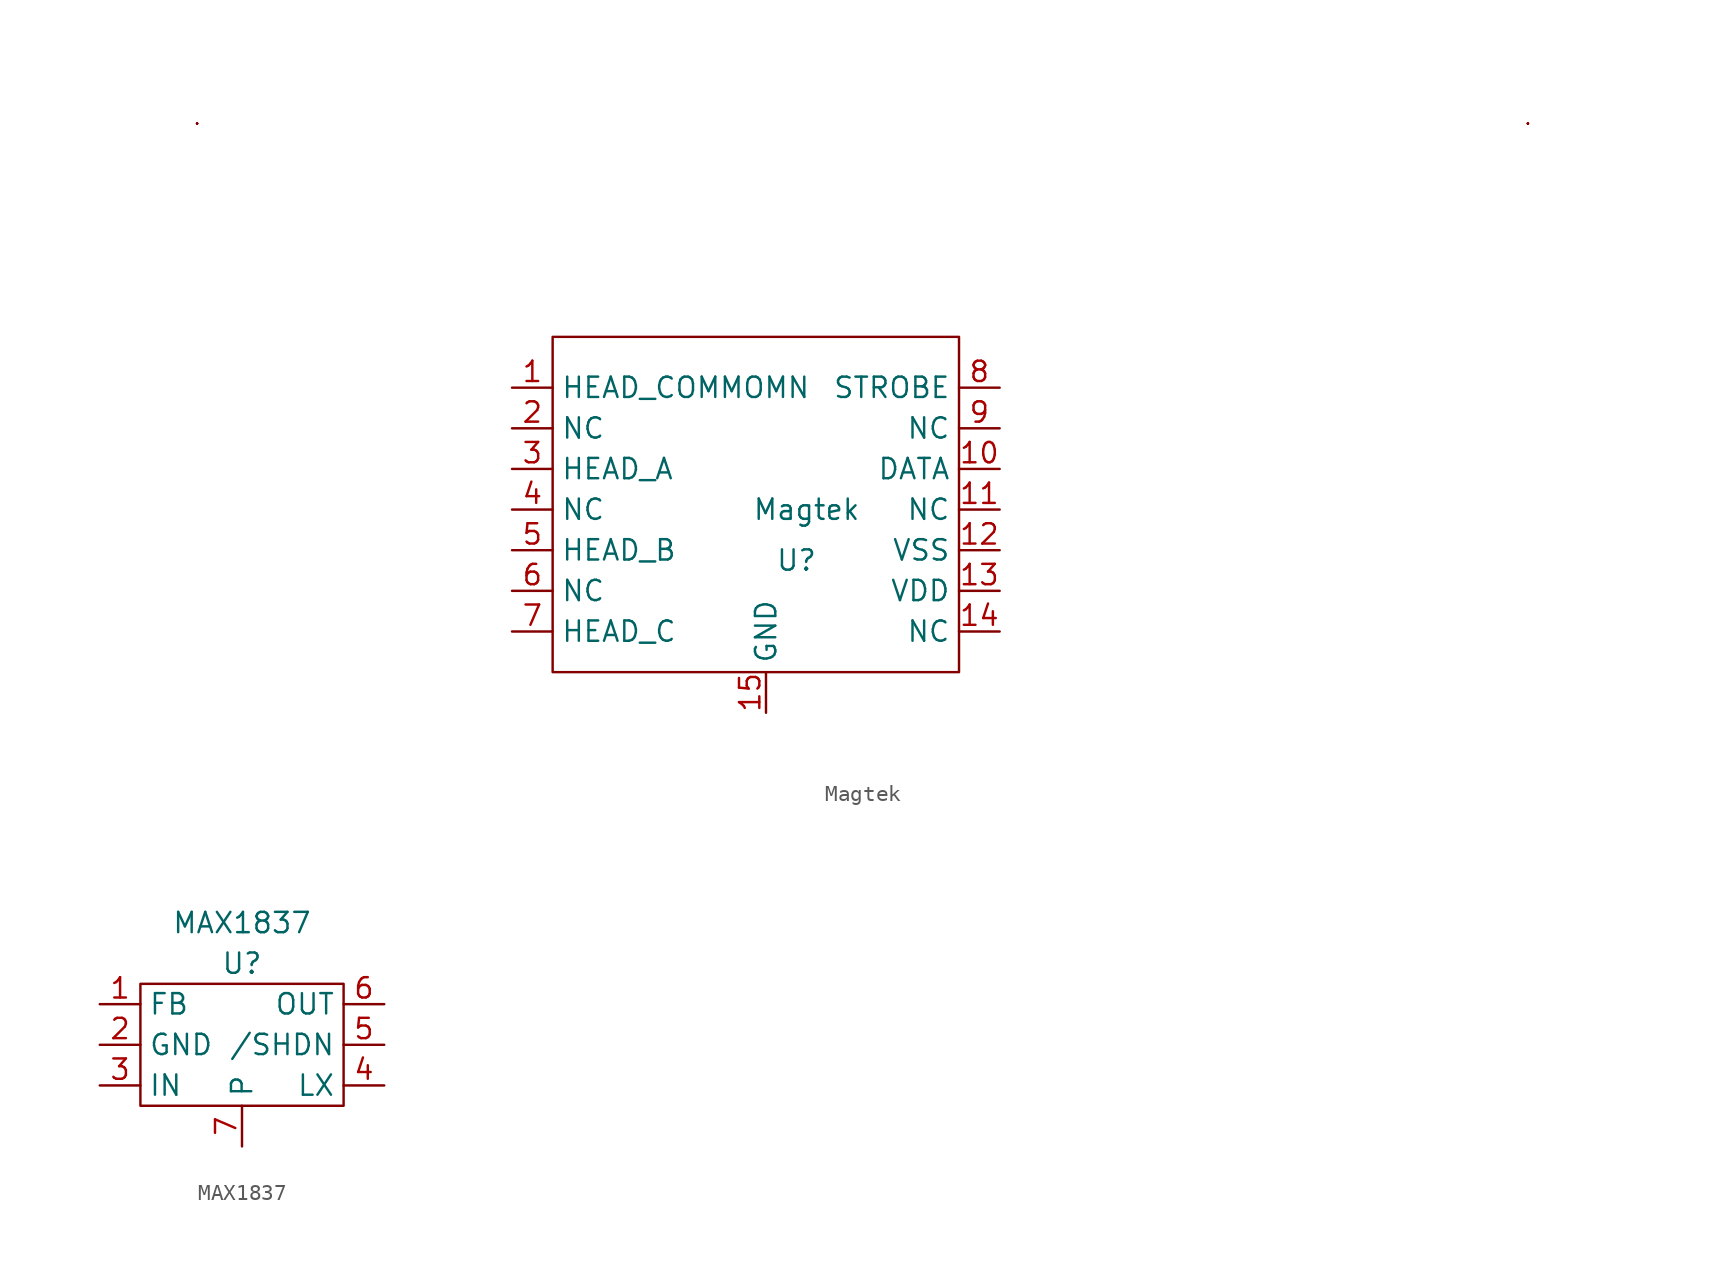
<source format=kicad_sym>
(kicad_symbol_lib
  (version 20211014)
  (generator kicad_symbol_editor)
  (symbol "Magtek"
    (property "Reference" "U"
      (at 0 -10.795 0)
      (effects (font (size 1.27 1.27))))
    (property "Value" "Magtek"
      (at 0.635 -7.62 0)
      (effects (font (size 1.27 1.27))))
    (symbol "Magtek_0_0"
      (rectangle (start -37.465 16.51) (end -37.465 16.51) (stroke (width 0) (type default) (color 0 0 0 0)) (fill (type none)))
      (rectangle (start -37.465 16.51) (end -37.465 16.51) (stroke (width 0) (type default) (color 0 0 0 0)) (fill (type none)))
      (rectangle (start -37.465 16.51) (end -37.465 16.51) (stroke (width 0) (type default) (color 0 0 0 0)) (fill (type none)))
      (rectangle (start -37.465 16.51) (end -37.465 16.51) (stroke (width 0) (type default) (color 0 0 0 0)) (fill (type none)))
      (polyline (pts (xy -37.465 16.51) (xy -37.465 16.51)) (stroke (width 0) (type default) (color 0 0 0 0)) (fill (type outline))))
    (symbol "Magtek_0_1"
      (rectangle (start -15.24 3.175) (end 10.16 -17.78) (stroke (width 0) (type default) (color 0 0 0 0)) (fill (type none)))
      (rectangle (start 45.72 16.51) (end 45.72 16.51) (stroke (width 0) (type default) (color 0 0 0 0)) (fill (type none)))
      (rectangle (start 45.72 16.51) (end 45.72 16.51) (stroke (width 0) (type default) (color 0 0 0 0)) (fill (type none)))
      (rectangle (start 45.72 16.51) (end 45.72 16.51) (stroke (width 0) (type default) (color 0 0 0 0)) (fill (type none)))
      (rectangle (start 45.72 16.51) (end 45.72 16.51) (stroke (width 0) (type default) (color 0 0 0 0)) (fill (type none)))
      (rectangle (start 45.72 16.51) (end 45.72 16.51) (stroke (width 0) (type default) (color 0 0 0 0)) (fill (type none))))
    (symbol "Magtek_1_1"
      (pin input line (at -17.78 0 0) (length 2.54) (name "HEAD_COMMOMN" (effects (font (size 1.27 1.27)))) (number "1" (effects (font (size 1.27 1.27)))))
      (pin input line (at 12.7 -5.08 180) (length 2.54) (name "DATA" (effects (font (size 1.27 1.27)))) (number "10" (effects (font (size 1.27 1.27)))))
      (pin input line (at 12.7 -7.62 180) (length 2.54) (name "NC" (effects (font (size 1.27 1.27)))) (number "11" (effects (font (size 1.27 1.27)))))
      (pin input line (at 12.7 -10.16 180) (length 2.54) (name "VSS" (effects (font (size 1.27 1.27)))) (number "12" (effects (font (size 1.27 1.27)))))
      (pin input line (at 12.7 -12.7 180) (length 2.54) (name "VDD" (effects (font (size 1.27 1.27)))) (number "13" (effects (font (size 1.27 1.27)))))
      (pin input line (at 12.7 -15.24 180) (length 2.54) (name "NC" (effects (font (size 1.27 1.27)))) (number "14" (effects (font (size 1.27 1.27)))))
      (pin input line (at -1.905 -20.32 90) (length 2.54) (name "GND" (effects (font (size 1.27 1.27)))) (number "15" (effects (font (size 1.27 1.27)))))
      (pin input line (at -17.78 -2.54 0) (length 2.54) (name "NC" (effects (font (size 1.27 1.27)))) (number "2" (effects (font (size 1.27 1.27)))))
      (pin input line (at -17.78 -5.08 0) (length 2.54) (name "HEAD_A" (effects (font (size 1.27 1.27)))) (number "3" (effects (font (size 1.27 1.27)))))
      (pin input line (at -17.78 -7.62 0) (length 2.54) (name "NC" (effects (font (size 1.27 1.27)))) (number "4" (effects (font (size 1.27 1.27)))))
      (pin input line (at -17.78 -10.16 0) (length 2.54) (name "HEAD_B" (effects (font (size 1.27 1.27)))) (number "5" (effects (font (size 1.27 1.27)))))
      (pin input line (at -17.78 -12.7 0) (length 2.54) (name "NC" (effects (font (size 1.27 1.27)))) (number "6" (effects (font (size 1.27 1.27)))))
      (pin input line (at -17.78 -15.24 0) (length 2.54) (name "HEAD_C" (effects (font (size 1.27 1.27)))) (number "7" (effects (font (size 1.27 1.27)))))
      (pin input line (at 12.7 0 180) (length 2.54) (name "STROBE" (effects (font (size 1.27 1.27)))) (number "8" (effects (font (size 1.27 1.27)))))
      (pin input line (at 12.7 -2.54 180) (length 2.54) (name "NC" (effects (font (size 1.27 1.27)))) (number "9" (effects (font (size 1.27 1.27)))))))
  (symbol "MAX1837"
    (property "Reference" "U"
      (at 0 6.35 0)
      (effects (font (size 1.27 1.27))))
    (property "Value" "MAX1837"
      (at 0 8.89 0)
      (effects (font (size 1.27 1.27))))
    (symbol "MAX1837_0_1"
      (rectangle (start -6.35 5.08) (end 6.35 -2.54) (stroke (width 0) (type default) (color 0 0 0 0)) (fill (type none))))
    (symbol "MAX1837_1_1"
      (pin input line (at -8.89 3.81 0) (length 2.54) (name "FB" (effects (font (size 1.27 1.27)))) (number "1" (effects (font (size 1.27 1.27)))))
      (pin input line (at -8.89 1.27 0) (length 2.54) (name "GND" (effects (font (size 1.27 1.27)))) (number "2" (effects (font (size 1.27 1.27)))))
      (pin input line (at -8.89 -1.27 0) (length 2.54) (name "IN" (effects (font (size 1.27 1.27)))) (number "3" (effects (font (size 1.27 1.27)))))
      (pin input line (at 8.89 -1.27 180) (length 2.54) (name "LX" (effects (font (size 1.27 1.27)))) (number "4" (effects (font (size 1.27 1.27)))))
      (pin input line (at 8.89 1.27 180) (length 2.54) (name "/SHDN" (effects (font (size 1.27 1.27)))) (number "5" (effects (font (size 1.27 1.27)))))
      (pin input line (at 8.89 3.81 180) (length 2.54) (name "OUT" (effects (font (size 1.27 1.27)))) (number "6" (effects (font (size 1.27 1.27)))))
      (pin input line (at 0 -5.08 90) (length 2.54) (name "P" (effects (font (size 1.27 1.27)))) (number "7" (effects (font (size 1.27 1.27))))))))
</source>
